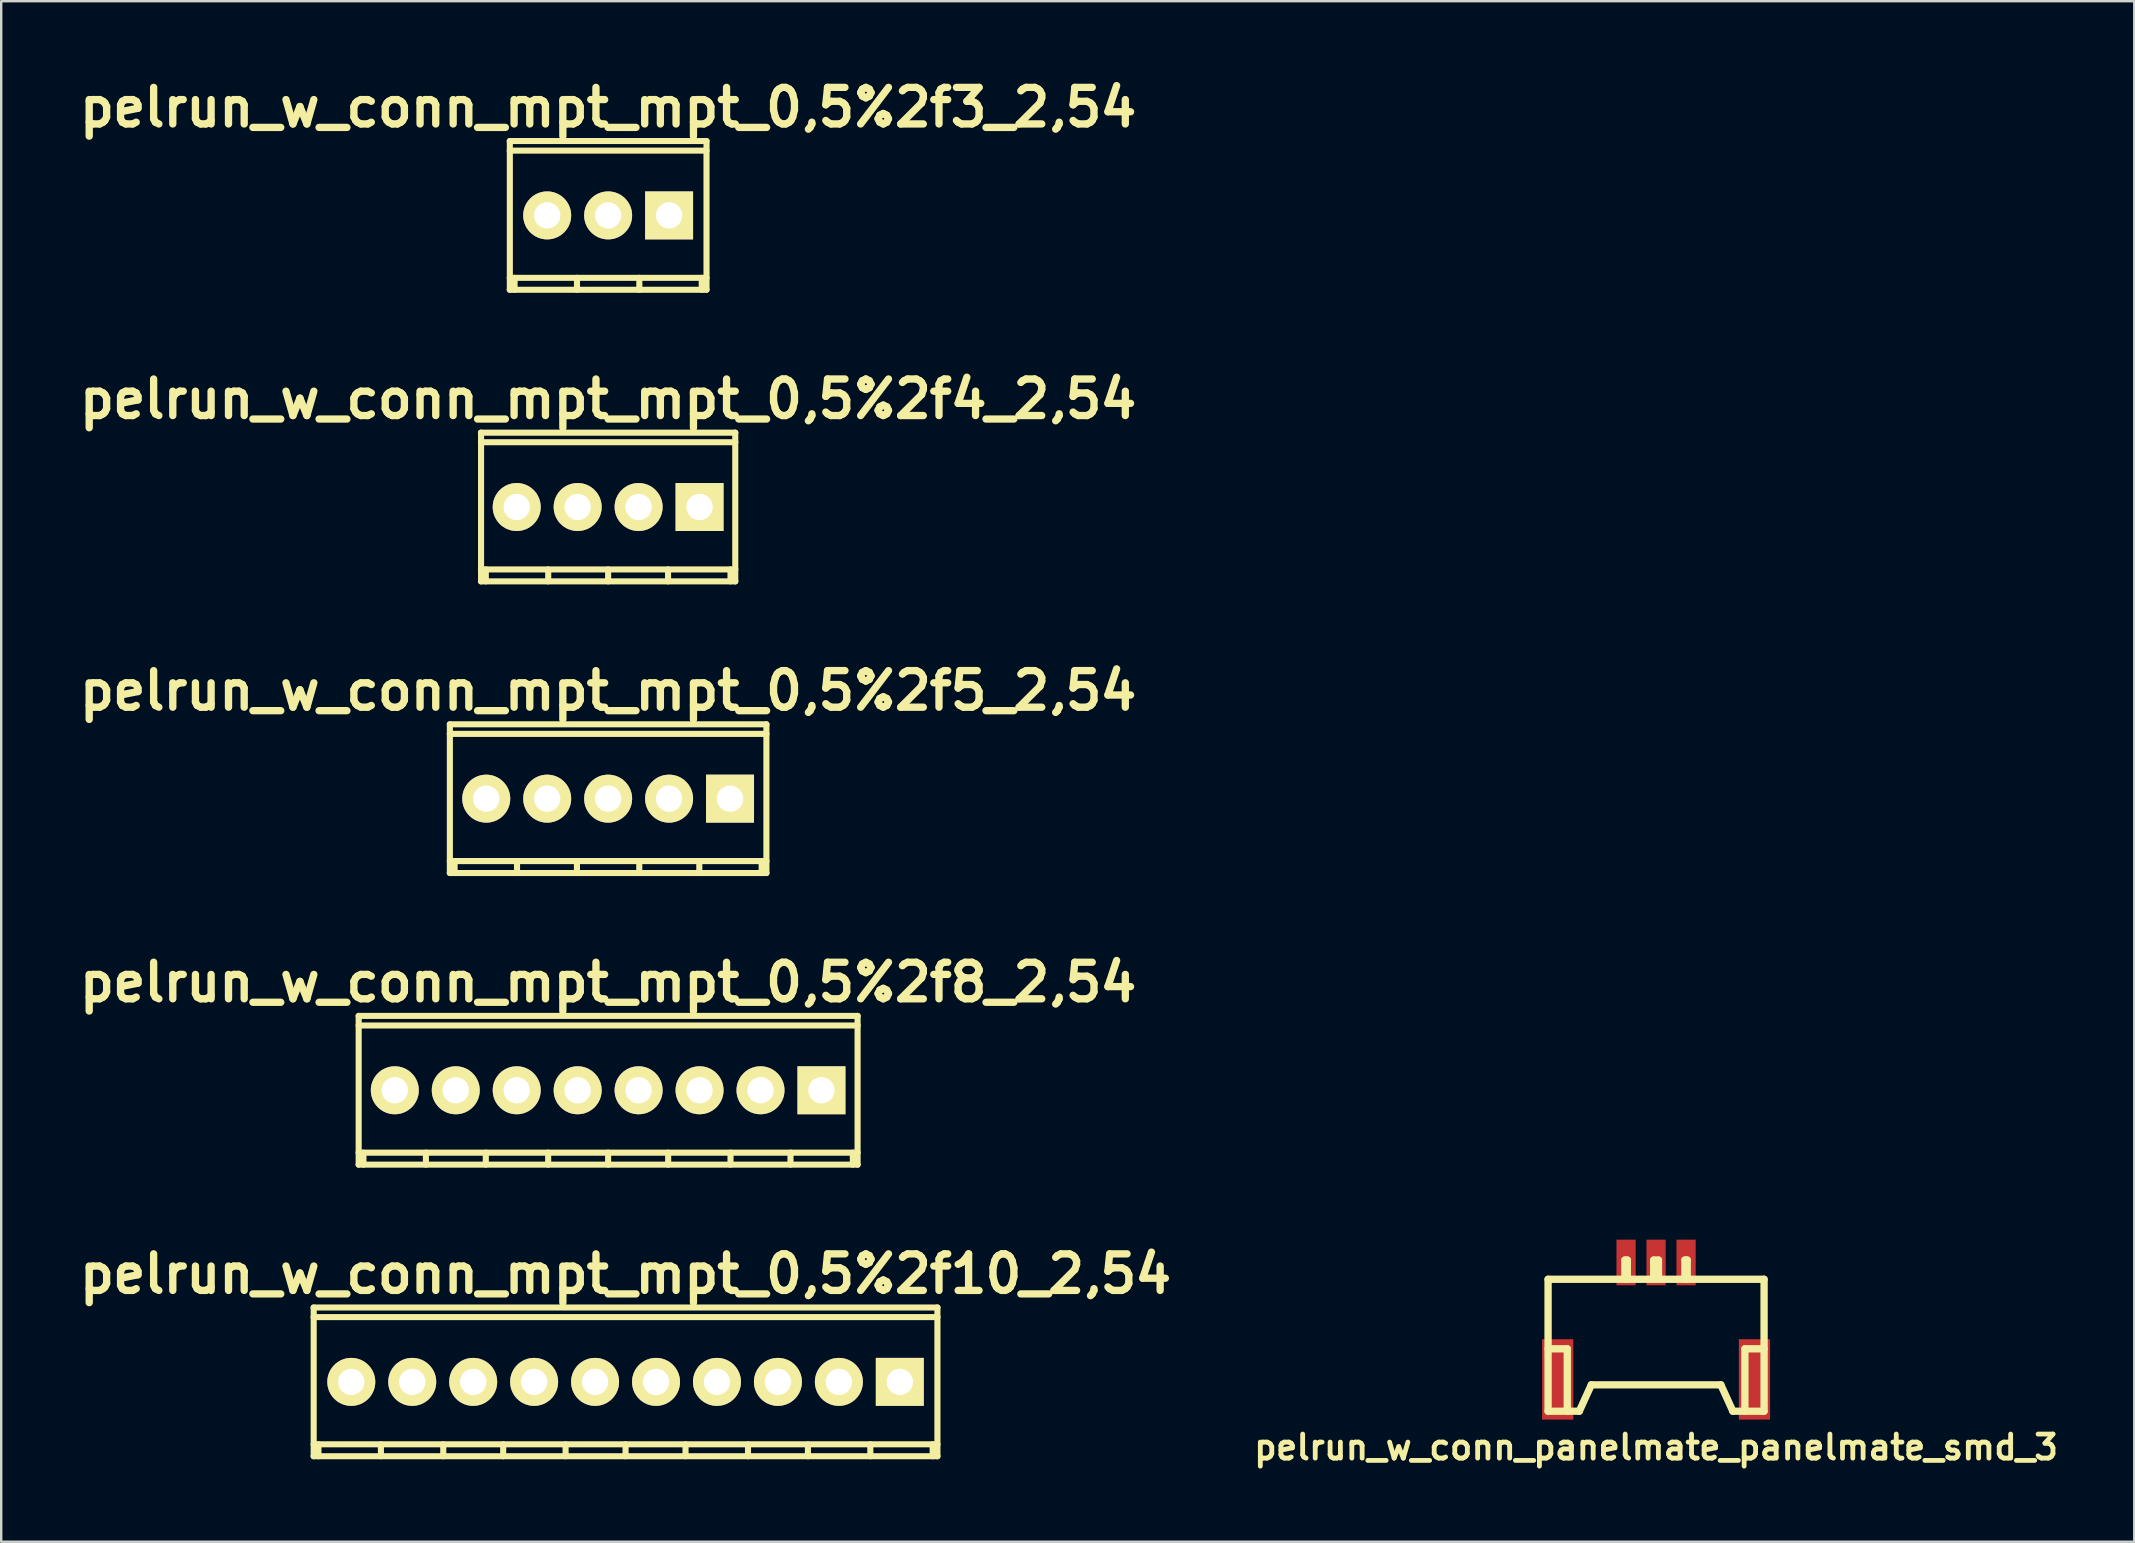
<source format=kicad_pcb>
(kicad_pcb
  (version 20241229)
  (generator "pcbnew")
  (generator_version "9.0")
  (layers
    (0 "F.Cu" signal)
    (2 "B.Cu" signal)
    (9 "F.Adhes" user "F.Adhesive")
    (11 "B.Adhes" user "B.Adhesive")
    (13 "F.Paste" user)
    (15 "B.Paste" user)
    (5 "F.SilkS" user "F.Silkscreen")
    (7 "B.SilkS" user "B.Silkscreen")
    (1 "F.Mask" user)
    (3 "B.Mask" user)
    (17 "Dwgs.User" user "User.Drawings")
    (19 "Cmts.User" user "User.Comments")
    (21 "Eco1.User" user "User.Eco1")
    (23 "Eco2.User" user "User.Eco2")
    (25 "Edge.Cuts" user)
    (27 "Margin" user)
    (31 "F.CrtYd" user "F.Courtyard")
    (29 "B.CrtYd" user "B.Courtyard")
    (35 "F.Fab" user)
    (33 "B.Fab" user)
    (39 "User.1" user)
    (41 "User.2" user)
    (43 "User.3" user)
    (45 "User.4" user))
  (footprint "pelrun_w_conn_mpt_mpt_0,5%2f10_2,54"
    (layer "F.Cu")
    (at 23.02 54.54)
    (property "Reference" "pelrun_w_conn_mpt_mpt_0,5%2f10_2,54" (at 0 -4.501 0) (layer "F.SilkS") (effects (font (size 1.524 1.524) (thickness 0.305))))
    (attr through_hole)
    (fp_line (start -13 -3.099) (end 13 -3.099) (stroke (width 0.254) (type solid)) (layer "F.SilkS"))
    (fp_line (start -13 3.099) (end 13 3.099) (stroke (width 0.254) (type solid)) (layer "F.SilkS"))
    (fp_line (start -12.997 -3.099) (end -12.997 3.099) (stroke (width 0.254) (type solid)) (layer "F.SilkS"))
    (fp_line (start -12.799 3.099) (end -12.799 2.601) (stroke (width 0.254) (type solid)) (layer "F.SilkS"))
    (fp_line (start -10.196 3.099) (end -10.196 2.601) (stroke (width 0.254) (type solid)) (layer "F.SilkS"))
    (fp_line (start -7.597 2.601) (end -7.597 3.099) (stroke (width 0.254) (type solid)) (layer "F.SilkS"))
    (fp_line (start -5.1 2.601) (end -5.1 3.099) (stroke (width 0.254) (type solid)) (layer "F.SilkS"))
    (fp_line (start -2.499 2.601) (end -2.499 3.099) (stroke (width 0.254) (type solid)) (layer "F.SilkS"))
    (fp_line (start 0 2.601) (end 0 3.099) (stroke (width 0.254) (type solid)) (layer "F.SilkS"))
    (fp_line (start 2.499 2.601) (end 2.499 3.099) (stroke (width 0.254) (type solid)) (layer "F.SilkS"))
    (fp_line (start 5.103 2.601) (end 5.103 3.099) (stroke (width 0.254) (type solid)) (layer "F.SilkS"))
    (fp_line (start 7.6 2.601) (end 7.6 3.099) (stroke (width 0.254) (type solid)) (layer "F.SilkS"))
    (fp_line (start 10.201 2.601) (end 10.201 3.099) (stroke (width 0.254) (type solid)) (layer "F.SilkS"))
    (fp_line (start 12.799 2.601) (end 12.799 3.099) (stroke (width 0.254) (type solid)) (layer "F.SilkS"))
    (fp_line (start 12.997 3.099) (end 12.997 -3.099) (stroke (width 0.254) (type solid)) (layer "F.SilkS"))
    (fp_line (start 13 -2.7) (end -13 -2.7) (stroke (width 0.254) (type solid)) (layer "F.SilkS"))
    (fp_line (start 13 2.601) (end -13 2.601) (stroke (width 0.254) (type solid)) (layer "F.SilkS"))
    (pad "1" thru_hole rect (at 11.43 0) (size 1.999 1.999) (drill 1.097) (layers "*.Cu" "*.Mask" "F.SilkS"))
    (pad "2" thru_hole oval (at 8.89 0) (size 1.999 1.999) (drill 1.097) (layers "*.Cu" "*.Mask" "F.SilkS"))
    (pad "3" thru_hole oval (at 6.35 0) (size 1.999 1.999) (drill 1.097) (layers "*.Cu" "*.Mask" "F.SilkS"))
    (pad "4" thru_hole oval (at 3.81 0) (size 1.999 1.999) (drill 1.097) (layers "*.Cu" "*.Mask" "F.SilkS"))
    (pad "5" thru_hole oval (at 1.27 0) (size 1.999 1.999) (drill 1.097) (layers "*.Cu" "*.Mask" "F.SilkS"))
    (pad "6" thru_hole oval (at -1.27 0) (size 1.999 1.999) (drill 1.097) (layers "*.Cu" "*.Mask" "F.SilkS"))
    (pad "7" thru_hole oval (at -3.81 0) (size 1.999 1.999) (drill 1.097) (layers "*.Cu" "*.Mask" "F.SilkS"))
    (pad "8" thru_hole oval (at -6.35 0) (size 1.999 1.999) (drill 1.097) (layers "*.Cu" "*.Mask" "F.SilkS"))
    (pad "9" thru_hole oval (at -8.89 0) (size 1.999 1.999) (drill 1.097) (layers "*.Cu" "*.Mask" "F.SilkS"))
    (pad "10" thru_hole oval (at -11.43 0) (size 1.999 1.999) (drill 1.097) (layers "*.Cu" "*.Mask" "F.SilkS")))
  (footprint "pelrun_w_conn_panelmate_panelmate_smd_3"
    (layer "F.Cu")
    (at 65.967 53.063)
    (property "Reference" "pelrun_w_conn_panelmate_panelmate_smd_3" (at 0 4.201 0) (layer "F.SilkS") (effects (font (size 1.001 1.001) (thickness 0.201))))
    (attr through_hole)
    (fp_line (start -4.501 -2.799) (end 4.501 -2.799) (stroke (width 0.305) (type solid)) (layer "F.SilkS"))
    (fp_line (start -4.501 2.7) (end -4.501 -2.799) (stroke (width 0.305) (type solid)) (layer "F.SilkS"))
    (fp_line (start -4.498 0.099) (end -3.698 0.099) (stroke (width 0.305) (type solid)) (layer "F.SilkS"))
    (fp_line (start -3.701 0.099) (end -3.701 2.7) (stroke (width 0.305) (type solid)) (layer "F.SilkS"))
    (fp_line (start -3.2 2.7) (end -4.498 2.7) (stroke (width 0.305) (type solid)) (layer "F.SilkS"))
    (fp_line (start -3.2 2.7) (end -2.7 1.6) (stroke (width 0.305) (type solid)) (layer "F.SilkS"))
    (fp_line (start -2.7 1.6) (end 2.7 1.6) (stroke (width 0.305) (type solid)) (layer "F.SilkS"))
    (fp_line (start -1.3 -3.599) (end -1.199 -3.599) (stroke (width 0.305) (type solid)) (layer "F.SilkS"))
    (fp_line (start -1.3 -2.799) (end -1.3 -3.599) (stroke (width 0.305) (type solid)) (layer "F.SilkS"))
    (fp_line (start -1.199 -3.599) (end -1.199 -2.799) (stroke (width 0.305) (type solid)) (layer "F.SilkS"))
    (fp_line (start -0.099 -3.599) (end 0.099 -3.599) (stroke (width 0.305) (type solid)) (layer "F.SilkS"))
    (fp_line (start -0.099 -2.799) (end -0.099 -3.599) (stroke (width 0.305) (type solid)) (layer "F.SilkS"))
    (fp_line (start 0.099 -3.599) (end 0.099 -2.799) (stroke (width 0.305) (type solid)) (layer "F.SilkS"))
    (fp_line (start 1.201 -3.599) (end 1.3 -3.599) (stroke (width 0.305) (type solid)) (layer "F.SilkS"))
    (fp_line (start 1.201 -2.799) (end 1.201 -3.599) (stroke (width 0.305) (type solid)) (layer "F.SilkS"))
    (fp_line (start 1.298 -3.599) (end 1.298 -2.799) (stroke (width 0.305) (type solid)) (layer "F.SilkS"))
    (fp_line (start 2.7 1.6) (end 3.2 2.7) (stroke (width 0.305) (type solid)) (layer "F.SilkS"))
    (fp_line (start 3.2 2.7) (end 4.498 2.7) (stroke (width 0.305) (type solid)) (layer "F.SilkS"))
    (fp_line (start 3.701 0.099) (end 3.701 2.7) (stroke (width 0.305) (type solid)) (layer "F.SilkS"))
    (fp_line (start 4.501 -2.799) (end 4.501 2.7) (stroke (width 0.305) (type solid)) (layer "F.SilkS"))
    (fp_line (start 4.501 0.099) (end 3.701 0.099) (stroke (width 0.305) (type solid)) (layer "F.SilkS"))
    (pad "1" smd rect (at -1.25 -3.5) (size 0.8 1.9) (layers "F.Cu" "F.Mask" "F.Paste"))
    (pad "2" smd rect (at 0 -3.5) (size 0.8 1.9) (layers "F.Cu" "F.Mask" "F.Paste"))
    (pad "3" smd rect (at 1.25 -3.5) (size 0.8 1.9) (layers "F.Cu" "F.Mask" "F.Paste"))
    (pad "4" smd rect (at -4.1 1.374) (size 1.3 3.35) (layers "F.Cu" "F.Mask" "F.Paste"))
    (pad "4" smd rect (at 4.1 1.374) (size 1.3 3.35) (layers "F.Cu" "F.Mask" "F.Paste")))
  (footprint "pelrun_w_conn_mpt_mpt_0,5%2f3_2,54"
    (layer "F.Cu")
    (at 22.294 5.927)
    (property "Reference" "pelrun_w_conn_mpt_mpt_0,5%2f3_2,54" (at 0 -4.501 0) (layer "F.SilkS") (effects (font (size 1.524 1.524) (thickness 0.305))))
    (attr through_hole)
    (fp_line (start -4.1 3.099) (end 4.1 3.099) (stroke (width 0.254) (type solid)) (layer "F.SilkS"))
    (fp_line (start -4.097 -3.099) (end -4.097 3.099) (stroke (width 0.254) (type solid)) (layer "F.SilkS"))
    (fp_line (start -3.899 3.099) (end -3.899 2.601) (stroke (width 0.254) (type solid)) (layer "F.SilkS"))
    (fp_line (start -1.298 3.099) (end -1.298 2.601) (stroke (width 0.254) (type solid)) (layer "F.SilkS"))
    (fp_line (start 1.3 2.601) (end 1.3 3.099) (stroke (width 0.254) (type solid)) (layer "F.SilkS"))
    (fp_line (start 3.901 2.601) (end 3.901 3.099) (stroke (width 0.254) (type solid)) (layer "F.SilkS"))
    (fp_line (start 4.1 -3.099) (end -4.1 -3.099) (stroke (width 0.254) (type solid)) (layer "F.SilkS"))
    (fp_line (start 4.1 -2.7) (end -4.1 -2.7) (stroke (width 0.254) (type solid)) (layer "F.SilkS"))
    (fp_line (start 4.1 2.601) (end -4.1 2.601) (stroke (width 0.254) (type solid)) (layer "F.SilkS"))
    (fp_line (start 4.1 3.099) (end 4.1 -3.099) (stroke (width 0.254) (type solid)) (layer "F.SilkS"))
    (pad "1" thru_hole rect (at 2.54 0) (size 1.999 1.999) (drill 1.097) (layers "*.Cu" "*.Mask" "F.SilkS"))
    (pad "2" thru_hole oval (at 0 0) (size 1.999 1.999) (drill 1.097) (layers "*.Cu" "*.Mask" "F.SilkS"))
    (pad "3" thru_hole oval (at -2.54 0) (size 1.999 1.999) (drill 1.097) (layers "*.Cu" "*.Mask" "F.SilkS")))
  (footprint "pelrun_w_conn_mpt_mpt_0,5%2f5_2,54"
    (layer "F.Cu")
    (at 22.294 30.234)
    (property "Reference" "pelrun_w_conn_mpt_mpt_0,5%2f5_2,54" (at 0 -4.501 0) (layer "F.SilkS") (effects (font (size 1.524 1.524) (thickness 0.305))))
    (attr through_hole)
    (fp_line (start -6.599 -2.7) (end 6.599 -2.7) (stroke (width 0.254) (type solid)) (layer "F.SilkS"))
    (fp_line (start -6.599 2.601) (end 6.599 2.601) (stroke (width 0.254) (type solid)) (layer "F.SilkS"))
    (fp_line (start -6.596 -3.099) (end -6.596 3.099) (stroke (width 0.254) (type solid)) (layer "F.SilkS"))
    (fp_line (start -6.398 3.099) (end -6.398 2.601) (stroke (width 0.254) (type solid)) (layer "F.SilkS"))
    (fp_line (start -3.797 3.099) (end -3.797 2.601) (stroke (width 0.254) (type solid)) (layer "F.SilkS"))
    (fp_line (start -1.3 2.601) (end -1.3 3.099) (stroke (width 0.254) (type solid)) (layer "F.SilkS"))
    (fp_line (start 1.298 2.601) (end 1.298 3.099) (stroke (width 0.254) (type solid)) (layer "F.SilkS"))
    (fp_line (start 3.8 2.601) (end 3.8 3.099) (stroke (width 0.254) (type solid)) (layer "F.SilkS"))
    (fp_line (start 6.398 2.601) (end 6.398 3.099) (stroke (width 0.254) (type solid)) (layer "F.SilkS"))
    (fp_line (start 6.596 3.099) (end 6.596 -3.099) (stroke (width 0.254) (type solid)) (layer "F.SilkS"))
    (fp_line (start 6.599 -3.099) (end -6.599 -3.099) (stroke (width 0.254) (type solid)) (layer "F.SilkS"))
    (fp_line (start 6.599 3.099) (end -6.599 3.099) (stroke (width 0.254) (type solid)) (layer "F.SilkS"))
    (pad "1" thru_hole rect (at 5.08 0) (size 1.999 1.999) (drill 1.097) (layers "*.Cu" "*.Mask" "F.SilkS"))
    (pad "2" thru_hole oval (at 2.54 0) (size 1.999 1.999) (drill 1.097) (layers "*.Cu" "*.Mask" "F.SilkS"))
    (pad "3" thru_hole oval (at 0 0) (size 1.999 1.999) (drill 1.097) (layers "*.Cu" "*.Mask" "F.SilkS"))
    (pad "4" thru_hole oval (at -2.54 0) (size 1.999 1.999) (drill 1.097) (layers "*.Cu" "*.Mask" "F.SilkS"))
    (pad "5" thru_hole oval (at -5.08 0) (size 1.999 1.999) (drill 1.097) (layers "*.Cu" "*.Mask" "F.SilkS")))
  (footprint "pelrun_w_conn_mpt_mpt_0,5%2f4_2,54"
    (layer "F.Cu")
    (at 22.294 18.08)
    (property "Reference" "pelrun_w_conn_mpt_mpt_0,5%2f4_2,54" (at 0 -4.501 0) (layer "F.SilkS") (effects (font (size 1.524 1.524) (thickness 0.305))))
    (attr through_hole)
    (fp_line (start -5.301 -2.7) (end 5.301 -2.7) (stroke (width 0.254) (type solid)) (layer "F.SilkS"))
    (fp_line (start -5.301 2.601) (end 5.301 2.601) (stroke (width 0.254) (type solid)) (layer "F.SilkS"))
    (fp_line (start -5.296 -3.099) (end -5.296 3.099) (stroke (width 0.254) (type solid)) (layer "F.SilkS"))
    (fp_line (start -5.098 3.099) (end -5.098 2.601) (stroke (width 0.254) (type solid)) (layer "F.SilkS"))
    (fp_line (start -2.497 3.099) (end -2.497 2.601) (stroke (width 0.254) (type solid)) (layer "F.SilkS"))
    (fp_line (start 0 2.601) (end 0 3.099) (stroke (width 0.254) (type solid)) (layer "F.SilkS"))
    (fp_line (start 2.497 2.601) (end 2.497 3.099) (stroke (width 0.254) (type solid)) (layer "F.SilkS"))
    (fp_line (start 5.1 2.601) (end 5.1 3.099) (stroke (width 0.254) (type solid)) (layer "F.SilkS"))
    (fp_line (start 5.298 3.099) (end 5.298 -3.099) (stroke (width 0.254) (type solid)) (layer "F.SilkS"))
    (fp_line (start 5.301 -3.099) (end -5.301 -3.099) (stroke (width 0.254) (type solid)) (layer "F.SilkS"))
    (fp_line (start 5.301 3.099) (end -5.301 3.099) (stroke (width 0.254) (type solid)) (layer "F.SilkS"))
    (pad "1" thru_hole rect (at 3.81 0) (size 1.999 1.999) (drill 1.097) (layers "*.Cu" "*.Mask" "F.SilkS"))
    (pad "2" thru_hole oval (at 1.27 0) (size 1.999 1.999) (drill 1.097) (layers "*.Cu" "*.Mask" "F.SilkS"))
    (pad "3" thru_hole oval (at -1.27 0) (size 1.999 1.999) (drill 1.097) (layers "*.Cu" "*.Mask" "F.SilkS"))
    (pad "4" thru_hole oval (at -3.81 0) (size 1.999 1.999) (drill 1.097) (layers "*.Cu" "*.Mask" "F.SilkS")))
  (footprint "pelrun_w_conn_mpt_mpt_0,5%2f8_2,54"
    (layer "F.Cu")
    (at 22.294 42.387)
    (property "Reference" "pelrun_w_conn_mpt_mpt_0,5%2f8_2,54" (at 0 -4.501 0) (layer "F.SilkS") (effects (font (size 1.524 1.524) (thickness 0.305))))
    (attr through_hole)
    (fp_line (start -10.399 -2.7) (end 10.399 -2.7) (stroke (width 0.254) (type solid)) (layer "F.SilkS"))
    (fp_line (start -10.399 2.601) (end 10.399 2.601) (stroke (width 0.254) (type solid)) (layer "F.SilkS"))
    (fp_line (start -10.396 -3.099) (end -10.396 3.099) (stroke (width 0.254) (type solid)) (layer "F.SilkS"))
    (fp_line (start -10.198 3.099) (end -10.198 2.601) (stroke (width 0.254) (type solid)) (layer "F.SilkS"))
    (fp_line (start -7.595 3.099) (end -7.595 2.601) (stroke (width 0.254) (type solid)) (layer "F.SilkS"))
    (fp_line (start -5.098 2.601) (end -5.098 3.099) (stroke (width 0.254) (type solid)) (layer "F.SilkS"))
    (fp_line (start -2.499 2.601) (end -2.499 3.099) (stroke (width 0.254) (type solid)) (layer "F.SilkS"))
    (fp_line (start 0 2.601) (end 0 3.099) (stroke (width 0.254) (type solid)) (layer "F.SilkS"))
    (fp_line (start 2.502 2.601) (end 2.502 3.099) (stroke (width 0.254) (type solid)) (layer "F.SilkS"))
    (fp_line (start 5.1 2.601) (end 5.1 3.099) (stroke (width 0.254) (type solid)) (layer "F.SilkS"))
    (fp_line (start 7.6 2.601) (end 7.6 3.099) (stroke (width 0.254) (type solid)) (layer "F.SilkS"))
    (fp_line (start 10.198 2.601) (end 10.198 3.099) (stroke (width 0.254) (type solid)) (layer "F.SilkS"))
    (fp_line (start 10.396 3.099) (end 10.396 -3.099) (stroke (width 0.254) (type solid)) (layer "F.SilkS"))
    (fp_line (start 10.399 -3.099) (end -10.399 -3.099) (stroke (width 0.254) (type solid)) (layer "F.SilkS"))
    (fp_line (start 10.399 3.099) (end -10.399 3.099) (stroke (width 0.254) (type solid)) (layer "F.SilkS"))
    (pad "1" thru_hole rect (at 8.89 0) (size 1.999 1.999) (drill 1.097) (layers "*.Cu" "*.Mask" "F.SilkS"))
    (pad "2" thru_hole oval (at 6.35 0) (size 1.999 1.999) (drill 1.097) (layers "*.Cu" "*.Mask" "F.SilkS"))
    (pad "3" thru_hole oval (at 3.81 0) (size 1.999 1.999) (drill 1.097) (layers "*.Cu" "*.Mask" "F.SilkS"))
    (pad "4" thru_hole oval (at 1.27 0) (size 1.999 1.999) (drill 1.097) (layers "*.Cu" "*.Mask" "F.SilkS"))
    (pad "5" thru_hole oval (at -1.27 0) (size 1.999 1.999) (drill 1.097) (layers "*.Cu" "*.Mask" "F.SilkS"))
    (pad "6" thru_hole oval (at -3.81 0) (size 1.999 1.999) (drill 1.097) (layers "*.Cu" "*.Mask" "F.SilkS"))
    (pad "7" thru_hole oval (at -6.35 0) (size 1.999 1.999) (drill 1.097) (layers "*.Cu" "*.Mask" "F.SilkS"))
    (pad "8" thru_hole oval (at -8.89 0) (size 1.999 1.999) (drill 1.097) (layers "*.Cu" "*.Mask" "F.SilkS")))
  (gr_rect
    (start -3 -3)
    (end 85.895 61.201)
    (stroke (width 0.1) (type default))
    (fill no)
    (layer "Edge.Cuts")))
</source>
